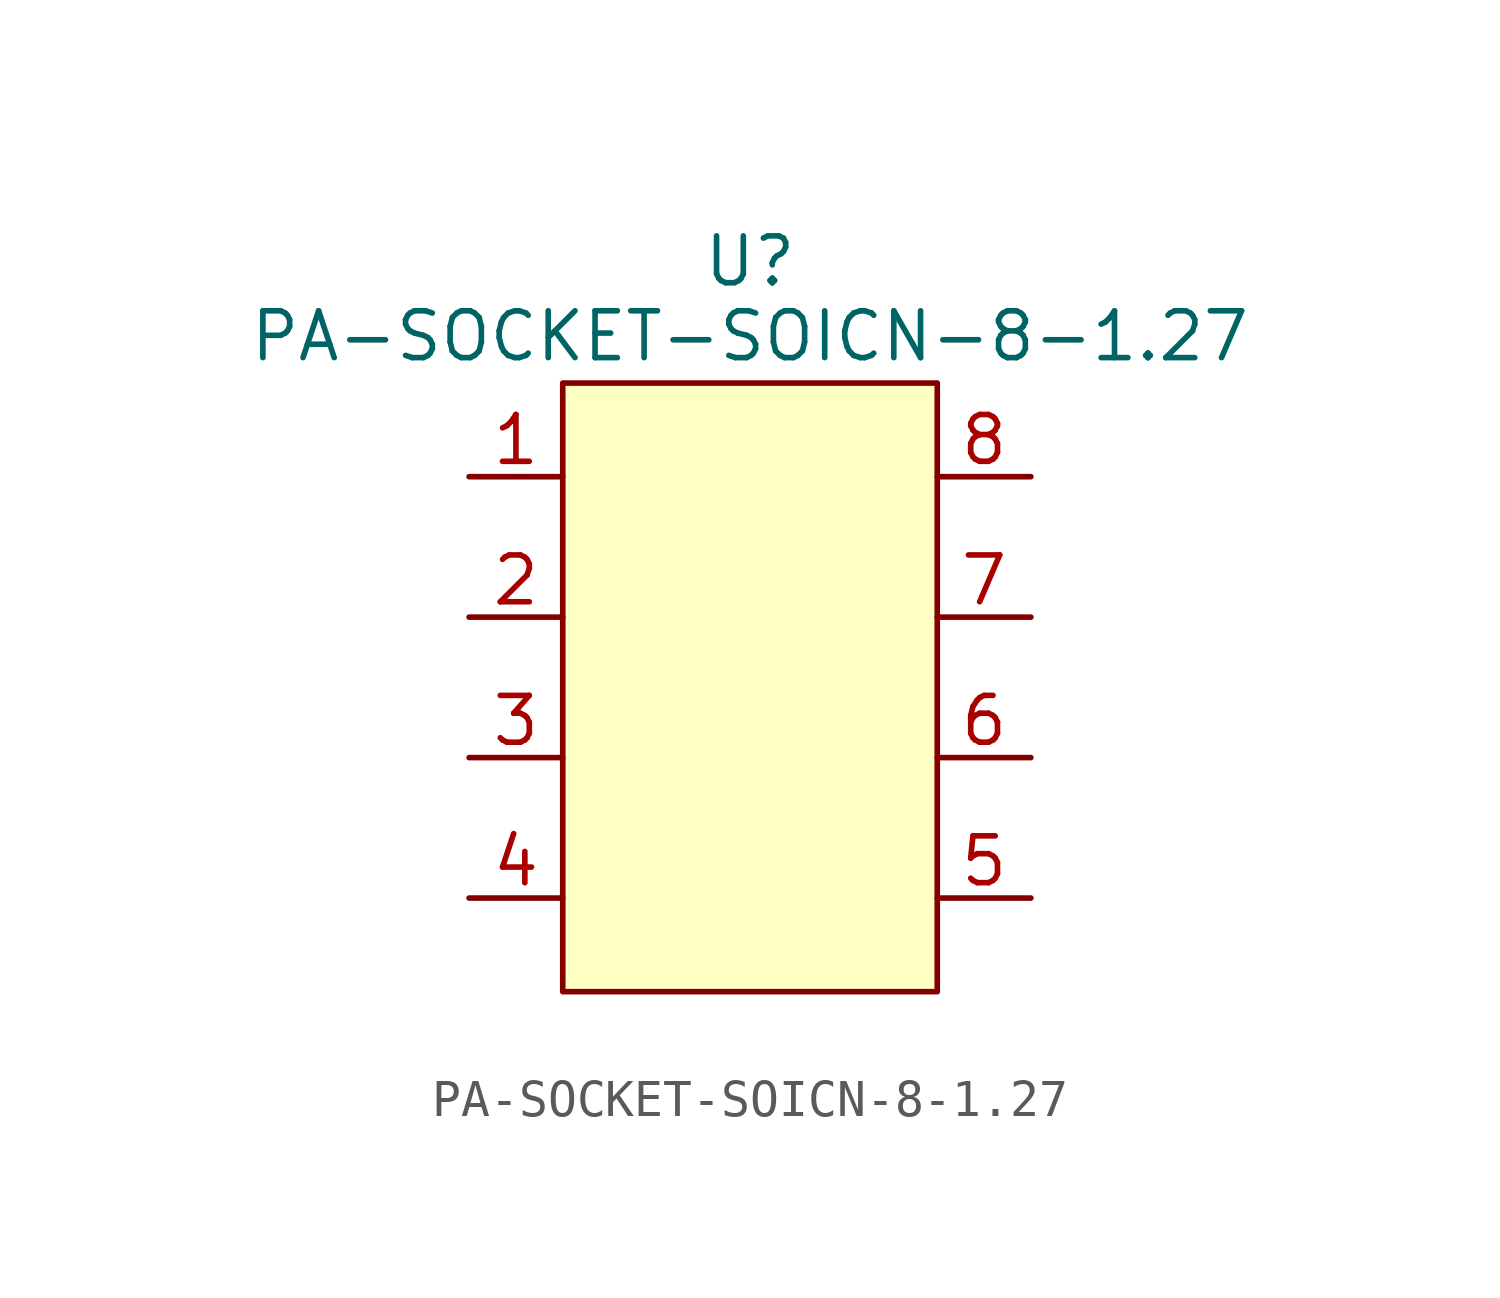
<source format=kicad_sym>
(kicad_symbol_lib
  (version 20241209)
  (generator "kicad_symbol_editor")
  (generator_version "9.0")
  (symbol "PA-SOCKET-SOICN-8-1.27"
    (property "Reference" "U"
      (at 0 10.922 0)
      (effects (font (size 1.27 1.27))))
    (property "Value" "PA-SOCKET-SOICN-8-1.27"
      (at 0 8.89 0)
      (effects (font (size 1.27 1.27))))
    (symbol "PA-SOCKET-SOICN-8-1.27_1_1"
      (rectangle (start -5.08 7.62) (end 5.08 -8.89) (stroke (width 0) (type solid)) (fill (type color) (color 255 255 194 1)))
      (pin bidirectional line (at -7.62 5.08 0) (length 2.54) (name "" (effects (font (size 1.27 1.27)))) (number "1" (effects (font (size 1.27 1.27)))))
      (pin bidirectional line (at -7.62 1.27 0) (length 2.54) (name "" (effects (font (size 1.27 1.27)))) (number "2" (effects (font (size 1.27 1.27)))))
      (pin bidirectional line (at -7.62 -2.54 0) (length 2.54) (name "" (effects (font (size 1.27 1.27)))) (number "3" (effects (font (size 1.27 1.27)))))
      (pin bidirectional line (at -7.62 -6.35 0) (length 2.54) (name "" (effects (font (size 1.27 1.27)))) (number "4" (effects (font (size 1.27 1.27)))))
      (pin bidirectional line (at 7.62 5.08 180) (length 2.54) (name "" (effects (font (size 1.27 1.27)))) (number "8" (effects (font (size 1.27 1.27)))))
      (pin bidirectional line (at 7.62 1.27 180) (length 2.54) (name "" (effects (font (size 1.27 1.27)))) (number "7" (effects (font (size 1.27 1.27)))))
      (pin bidirectional line (at 7.62 -2.54 180) (length 2.54) (name "" (effects (font (size 1.27 1.27)))) (number "6" (effects (font (size 1.27 1.27)))))
      (pin bidirectional line (at 7.62 -6.35 180) (length 2.54) (name "" (effects (font (size 1.27 1.27)))) (number "5" (effects (font (size 1.27 1.27))))))))
</source>
